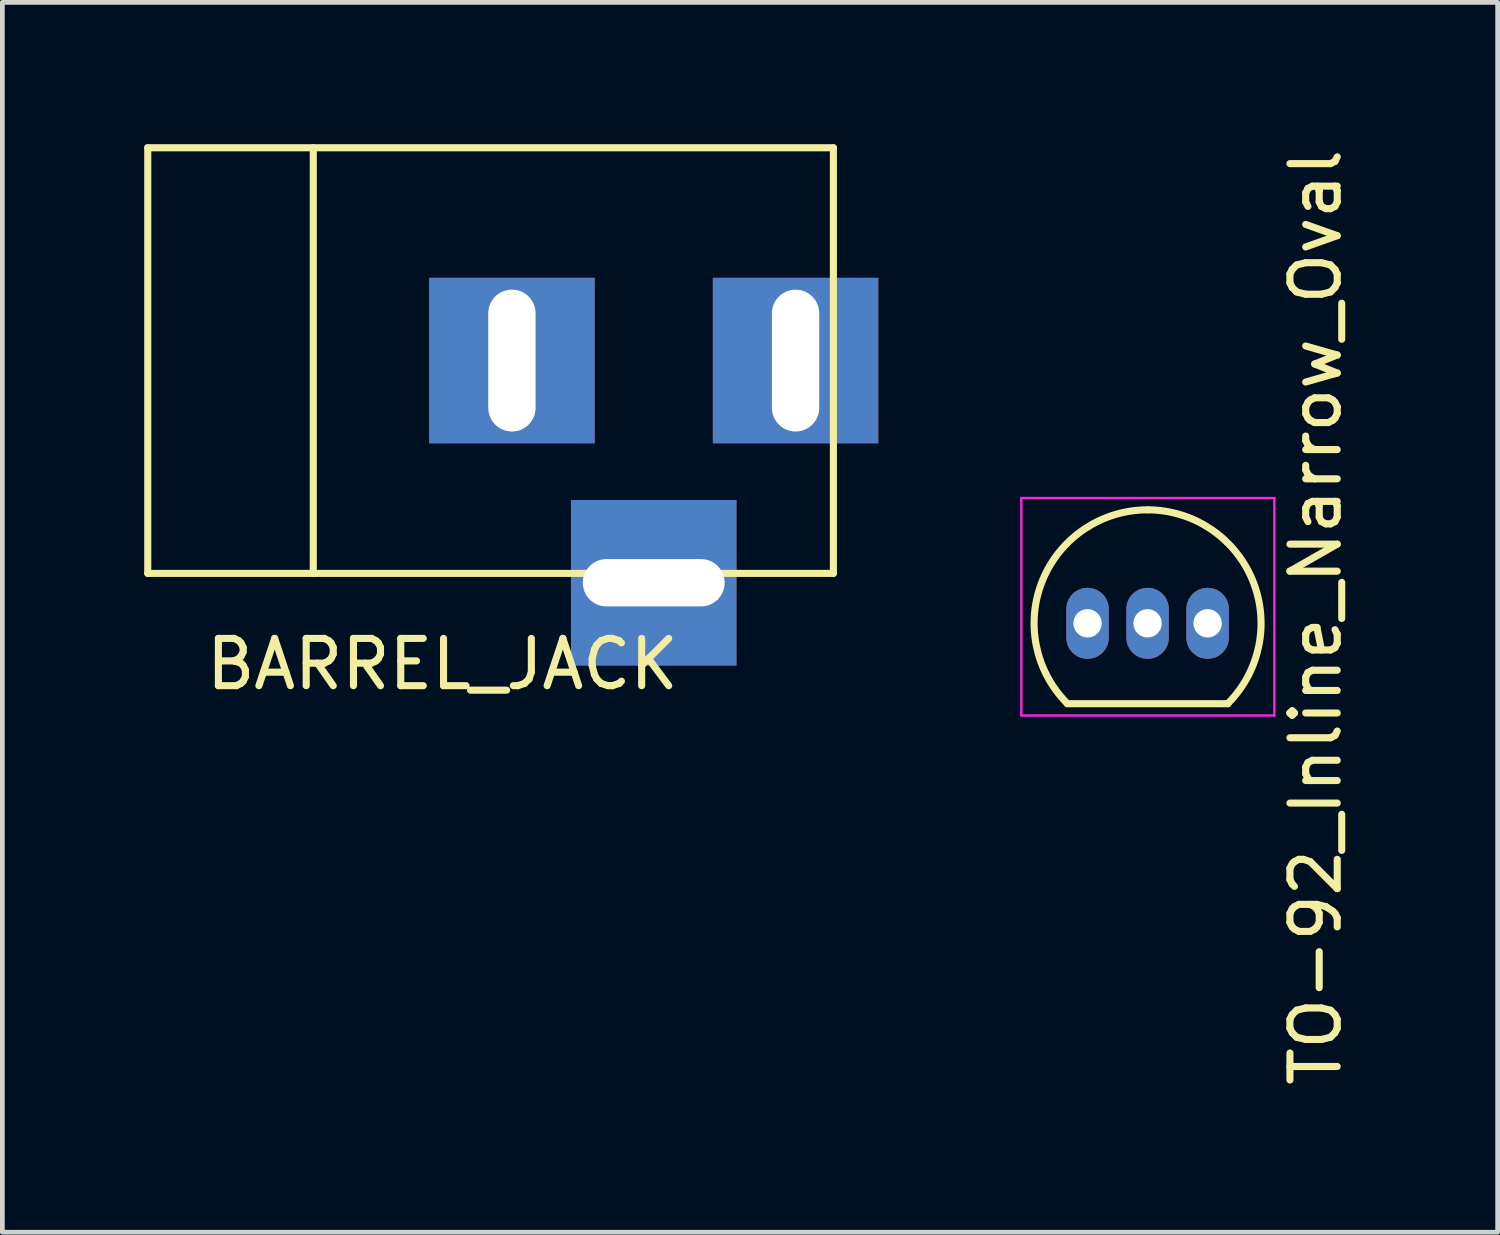
<source format=kicad_pcb>
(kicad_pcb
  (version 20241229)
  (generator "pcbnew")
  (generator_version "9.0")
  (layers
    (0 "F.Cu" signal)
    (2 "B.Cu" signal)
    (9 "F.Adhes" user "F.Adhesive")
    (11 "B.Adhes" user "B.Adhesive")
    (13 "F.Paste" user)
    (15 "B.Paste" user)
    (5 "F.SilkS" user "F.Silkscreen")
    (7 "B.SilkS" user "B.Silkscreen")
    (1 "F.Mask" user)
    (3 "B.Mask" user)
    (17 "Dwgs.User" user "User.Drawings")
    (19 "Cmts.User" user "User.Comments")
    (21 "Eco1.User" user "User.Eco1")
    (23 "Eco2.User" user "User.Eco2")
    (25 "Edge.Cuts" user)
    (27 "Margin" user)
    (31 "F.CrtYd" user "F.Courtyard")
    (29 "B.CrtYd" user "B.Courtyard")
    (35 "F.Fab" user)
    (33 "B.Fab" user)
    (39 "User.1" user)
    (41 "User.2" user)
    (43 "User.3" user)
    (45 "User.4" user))
  (footprint "TO-92_Inline_Narrow_Oval"
    (layer "F.Cu")
    (at 19.951 10.133)
    (property "Reference" "TO-92_Inline_Narrow_Oval" (at 4.826 -0.127 90) (layer "F.SilkS") (effects (font (size 1 1) (thickness 0.15))))
    (attr through_hole)
    (fp_line (start -0.43 1.7) (end 2.97 1.7) (stroke (width 0.15) (type solid)) (layer "F.SilkS"))
    (fp_arc (start -0.427056 1.697056) (mid -0.947311 -0.91844) (end 1.27 -2.4) (stroke (width 0.15) (type solid)) (layer "F.SilkS"))
    (fp_arc (start 1.27 -2.4) (mid 3.487311 -0.91844) (end 2.967056 1.697056) (stroke (width 0.15) (type solid)) (layer "F.SilkS"))
    (fp_line (start -1.4 -2.65) (end 3.95 -2.65) (stroke (width 0.05) (type solid)) (layer "F.CrtYd"))
    (fp_line (start -1.4 1.95) (end -1.4 -2.65) (stroke (width 0.05) (type solid)) (layer "F.CrtYd"))
    (fp_line (start -1.4 1.95) (end 3.95 1.95) (stroke (width 0.05) (type solid)) (layer "F.CrtYd"))
    (fp_line (start 3.95 1.95) (end 3.95 -2.65) (stroke (width 0.05) (type solid)) (layer "F.CrtYd"))
    (pad "1" thru_hole oval (at 0 0 180) (size 0.899 1.501) (drill 0.6) (layers "*.Cu" "*.Mask"))
    (pad "2" thru_hole oval (at 1.27 0 180) (size 0.899 1.501) (drill 0.6) (layers "*.Cu" "*.Mask"))
    (pad "3" thru_hole oval (at 2.54 0 180) (size 0.899 1.501) (drill 0.6) (layers "*.Cu" "*.Mask")))
  (footprint "BARREL_JACK"
    (layer "F.Cu")
    (at 7.576 4.576)
    (property "Reference" "BARREL_JACK" (at -1.269 6.421 180) (layer "F.SilkS") (effects (font (size 1 1) (thickness 0.15))))
    (attr through_hole)
    (fp_line (start -7.501 -4.501) (end -7.501 4.501) (stroke (width 0.15) (type solid)) (layer "F.SilkS"))
    (fp_line (start -7.501 4.501) (end 7 4.501) (stroke (width 0.15) (type solid)) (layer "F.SilkS"))
    (fp_line (start -4 -4.501) (end -4 4.501) (stroke (width 0.15) (type solid)) (layer "F.SilkS"))
    (fp_line (start 7 -4.501) (end -7.501 -4.501) (stroke (width 0.15) (type solid)) (layer "F.SilkS"))
    (fp_line (start 7 4.501) (end 7 -4.501) (stroke (width 0.15) (type solid)) (layer "F.SilkS"))
    (pad "1" thru_hole rect (at 6.2 0) (size 3.5 3.5) (drill oval 1.001 3) (layers "*.Cu" "*.Mask"))
    (pad "2" thru_hole rect (at 0.201 0) (size 3.5 3.5) (drill oval 1.001 3) (layers "*.Cu" "*.Mask"))
    (pad "3" thru_hole rect (at 3.2 4.699) (size 3.5 3.5) (drill oval 3 1.001) (layers "*.Cu" "*.Mask")))
  (gr_rect
    (start -3 -3)
    (end 28.625 23.012)
    (stroke (width 0.1) (type default))
    (fill no)
    (layer "Edge.Cuts")))
</source>
